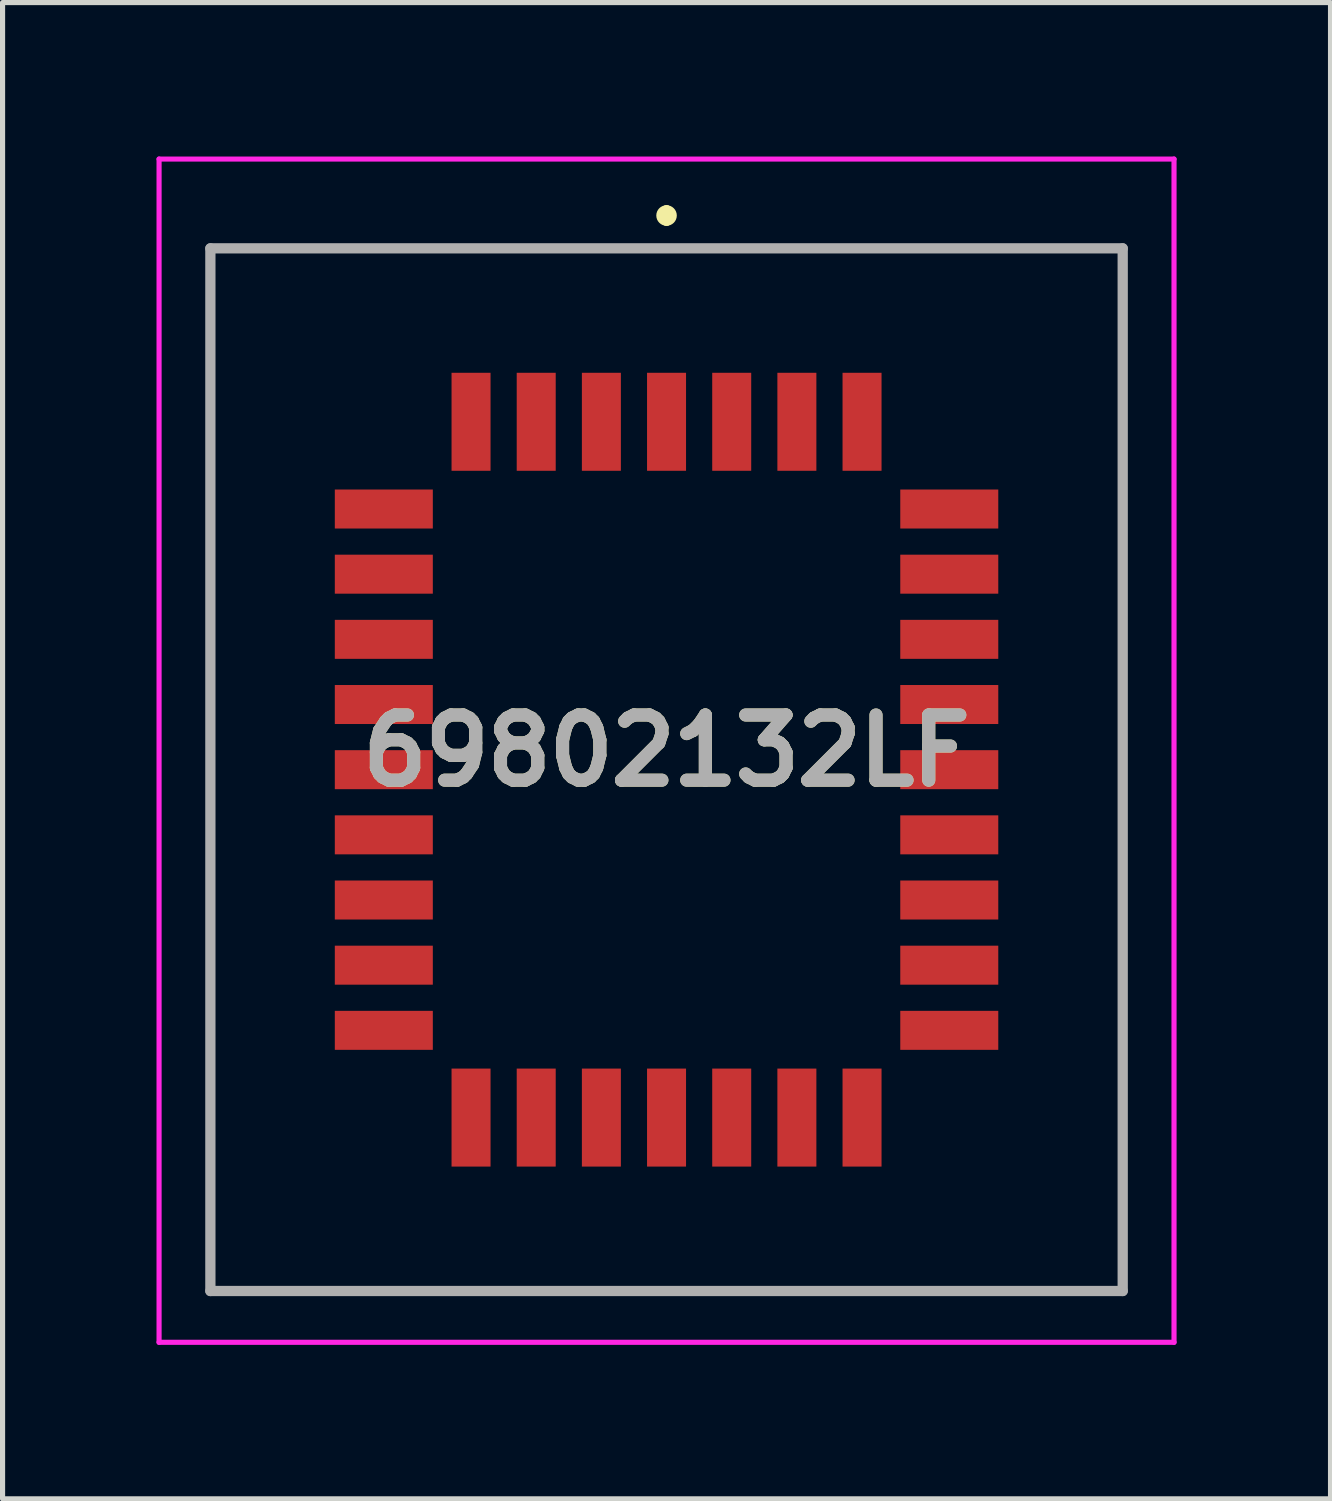
<source format=kicad_pcb>
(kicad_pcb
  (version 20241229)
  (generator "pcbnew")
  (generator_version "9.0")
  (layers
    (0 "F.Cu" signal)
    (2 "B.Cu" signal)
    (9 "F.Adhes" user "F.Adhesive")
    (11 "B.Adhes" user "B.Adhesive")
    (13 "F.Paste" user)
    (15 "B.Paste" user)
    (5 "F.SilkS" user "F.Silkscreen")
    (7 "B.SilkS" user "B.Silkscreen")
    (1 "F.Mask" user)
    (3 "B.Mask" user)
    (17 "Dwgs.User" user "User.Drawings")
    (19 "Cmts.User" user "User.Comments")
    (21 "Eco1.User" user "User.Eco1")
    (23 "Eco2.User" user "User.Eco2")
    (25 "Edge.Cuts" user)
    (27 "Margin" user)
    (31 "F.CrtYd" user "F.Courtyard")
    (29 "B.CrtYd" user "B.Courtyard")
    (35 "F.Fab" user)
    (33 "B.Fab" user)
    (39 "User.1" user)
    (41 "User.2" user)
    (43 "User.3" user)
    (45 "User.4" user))
  (footprint "69802132LF"
    (layer "F.Cu")
    (at 9.94 11.95)
    (property "Reference" "69802132LF" (at 0 -0.37 0) (layer "F.SilkS") (effects (font (size 1.27 1.27) (thickness 0.254))))
    (attr through_hole)
    (fp_line (start -8.89 -10.16) (end 8.89 -10.16) (stroke (width 0.1) (type solid)) (layer "F.SilkS"))
    (fp_line (start -8.89 10.16) (end -8.89 -10.16) (stroke (width 0.1) (type solid)) (layer "F.SilkS"))
    (fp_line (start 0 -10.9) (end 0 -10.9) (stroke (width 0.2) (type solid)) (layer "F.SilkS"))
    (fp_line (start 0 -10.7) (end 0 -10.7) (stroke (width 0.2) (type solid)) (layer "F.SilkS"))
    (fp_line (start 8.89 -10.16) (end 8.89 10.16) (stroke (width 0.1) (type solid)) (layer "F.SilkS"))
    (fp_line (start 8.89 10.16) (end -8.89 10.16) (stroke (width 0.1) (type solid)) (layer "F.SilkS"))
    (fp_arc (start 0 -10.9) (mid 0.1 -10.8) (end 0 -10.7) (stroke (width 0.2) (type solid)) (layer "F.SilkS"))
    (fp_arc (start 0 -10.7) (mid -0.1 -10.8) (end 0 -10.9) (stroke (width 0.2) (type solid)) (layer "F.SilkS"))
    (fp_line (start -9.89 -11.9) (end 9.89 -11.9) (stroke (width 0.1) (type solid)) (layer "F.CrtYd"))
    (fp_line (start -9.89 11.16) (end -9.89 -11.9) (stroke (width 0.1) (type solid)) (layer "F.CrtYd"))
    (fp_line (start 9.89 -11.9) (end 9.89 11.16) (stroke (width 0.1) (type solid)) (layer "F.CrtYd"))
    (fp_line (start 9.89 11.16) (end -9.89 11.16) (stroke (width 0.1) (type solid)) (layer "F.CrtYd"))
    (fp_line (start -8.89 -10.16) (end 8.89 -10.16) (stroke (width 0.2) (type solid)) (layer "F.Fab"))
    (fp_line (start -8.89 10.16) (end -8.89 -10.16) (stroke (width 0.2) (type solid)) (layer "F.Fab"))
    (fp_line (start 8.89 -10.16) (end 8.89 10.16) (stroke (width 0.2) (type solid)) (layer "F.Fab"))
    (fp_line (start 8.89 10.16) (end -8.89 10.16) (stroke (width 0.2) (type solid)) (layer "F.Fab"))
    (fp_text user "${REFERENCE}" (at 0 -0.37 0) (layer "F.Fab") (effects (font (size 1.27 1.27) (thickness 0.254))))
    (pad "" np_thru_hole circle (at 7.62 -8.89) (size 0.001 0.001) (drill 1.72) (layers "*.Cu" "*.Mask"))
    (pad "" np_thru_hole circle (at 7.62 8.89) (size 0.001 0.001) (drill 1.72) (layers "*.Cu" "*.Mask"))
    (pad "1" smd rect (at 0 -6.78) (size 0.76 1.91) (layers "F.Cu" "F.Mask" "F.Paste"))
    (pad "2" smd rect (at -1.27 -6.78) (size 0.76 1.91) (layers "F.Cu" "F.Mask" "F.Paste"))
    (pad "3" smd rect (at -2.54 -6.78) (size 0.76 1.91) (layers "F.Cu" "F.Mask" "F.Paste"))
    (pad "4" smd rect (at -3.81 -6.78) (size 0.76 1.91) (layers "F.Cu" "F.Mask" "F.Paste"))
    (pad "5" smd rect (at -5.51 -5.08 90) (size 0.76 1.91) (layers "F.Cu" "F.Mask" "F.Paste"))
    (pad "6" smd rect (at -5.51 -3.81 90) (size 0.76 1.91) (layers "F.Cu" "F.Mask" "F.Paste"))
    (pad "7" smd rect (at -5.51 -2.54 90) (size 0.76 1.91) (layers "F.Cu" "F.Mask" "F.Paste"))
    (pad "8" smd rect (at -5.51 -1.27 90) (size 0.76 1.91) (layers "F.Cu" "F.Mask" "F.Paste"))
    (pad "9" smd rect (at -5.51 0 90) (size 0.76 1.91) (layers "F.Cu" "F.Mask" "F.Paste"))
    (pad "10" smd rect (at -5.51 1.27 90) (size 0.76 1.91) (layers "F.Cu" "F.Mask" "F.Paste"))
    (pad "11" smd rect (at -5.51 2.54 90) (size 0.76 1.91) (layers "F.Cu" "F.Mask" "F.Paste"))
    (pad "12" smd rect (at -5.51 3.81 90) (size 0.76 1.91) (layers "F.Cu" "F.Mask" "F.Paste"))
    (pad "13" smd rect (at -5.51 5.08 90) (size 0.76 1.91) (layers "F.Cu" "F.Mask" "F.Paste"))
    (pad "14" smd rect (at -3.81 6.78) (size 0.76 1.91) (layers "F.Cu" "F.Mask" "F.Paste"))
    (pad "15" smd rect (at -2.54 6.78) (size 0.76 1.91) (layers "F.Cu" "F.Mask" "F.Paste"))
    (pad "16" smd rect (at -1.27 6.78) (size 0.76 1.91) (layers "F.Cu" "F.Mask" "F.Paste"))
    (pad "17" smd rect (at 0 6.78) (size 0.76 1.91) (layers "F.Cu" "F.Mask" "F.Paste"))
    (pad "18" smd rect (at 1.27 6.78) (size 0.76 1.91) (layers "F.Cu" "F.Mask" "F.Paste"))
    (pad "19" smd rect (at 2.54 6.78) (size 0.76 1.91) (layers "F.Cu" "F.Mask" "F.Paste"))
    (pad "20" smd rect (at 3.81 6.78) (size 0.76 1.91) (layers "F.Cu" "F.Mask" "F.Paste"))
    (pad "21" smd rect (at 5.51 5.08 90) (size 0.76 1.91) (layers "F.Cu" "F.Mask" "F.Paste"))
    (pad "22" smd rect (at 5.51 3.81 90) (size 0.76 1.91) (layers "F.Cu" "F.Mask" "F.Paste"))
    (pad "23" smd rect (at 5.51 2.54 90) (size 0.76 1.91) (layers "F.Cu" "F.Mask" "F.Paste"))
    (pad "24" smd rect (at 5.51 1.27 90) (size 0.76 1.91) (layers "F.Cu" "F.Mask" "F.Paste"))
    (pad "25" smd rect (at 5.51 0 90) (size 0.76 1.91) (layers "F.Cu" "F.Mask" "F.Paste"))
    (pad "26" smd rect (at 5.51 -1.27 90) (size 0.76 1.91) (layers "F.Cu" "F.Mask" "F.Paste"))
    (pad "27" smd rect (at 5.51 -2.54 90) (size 0.76 1.91) (layers "F.Cu" "F.Mask" "F.Paste"))
    (pad "28" smd rect (at 5.51 -3.81 90) (size 0.76 1.91) (layers "F.Cu" "F.Mask" "F.Paste"))
    (pad "29" smd rect (at 5.51 -5.08 90) (size 0.76 1.91) (layers "F.Cu" "F.Mask" "F.Paste"))
    (pad "30" smd rect (at 3.81 -6.78) (size 0.76 1.91) (layers "F.Cu" "F.Mask" "F.Paste"))
    (pad "31" smd rect (at 2.54 -6.78) (size 0.76 1.91) (layers "F.Cu" "F.Mask" "F.Paste"))
    (pad "32" smd rect (at 1.27 -6.78) (size 0.76 1.91) (layers "F.Cu" "F.Mask" "F.Paste")))
  (gr_rect
    (start -3 -3)
    (end 22.88 26.16)
    (stroke (width 0.1) (type default))
    (fill no)
    (layer "Edge.Cuts")))
</source>
